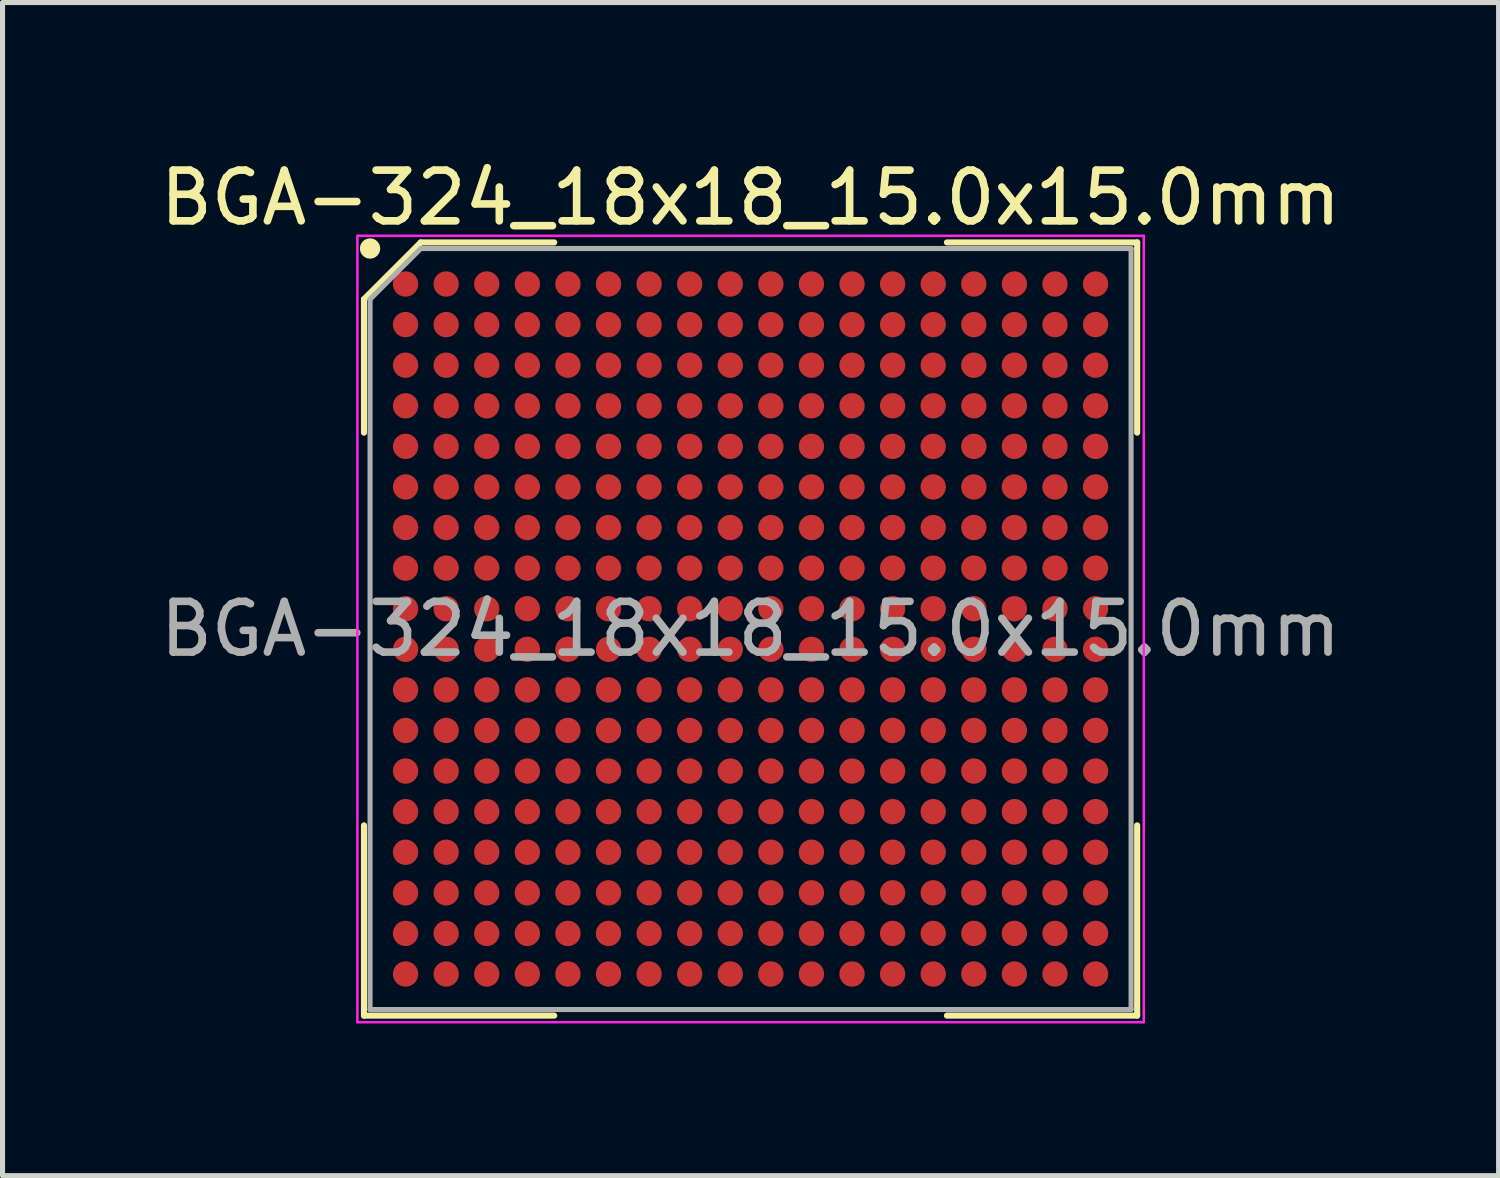
<source format=kicad_pcb>
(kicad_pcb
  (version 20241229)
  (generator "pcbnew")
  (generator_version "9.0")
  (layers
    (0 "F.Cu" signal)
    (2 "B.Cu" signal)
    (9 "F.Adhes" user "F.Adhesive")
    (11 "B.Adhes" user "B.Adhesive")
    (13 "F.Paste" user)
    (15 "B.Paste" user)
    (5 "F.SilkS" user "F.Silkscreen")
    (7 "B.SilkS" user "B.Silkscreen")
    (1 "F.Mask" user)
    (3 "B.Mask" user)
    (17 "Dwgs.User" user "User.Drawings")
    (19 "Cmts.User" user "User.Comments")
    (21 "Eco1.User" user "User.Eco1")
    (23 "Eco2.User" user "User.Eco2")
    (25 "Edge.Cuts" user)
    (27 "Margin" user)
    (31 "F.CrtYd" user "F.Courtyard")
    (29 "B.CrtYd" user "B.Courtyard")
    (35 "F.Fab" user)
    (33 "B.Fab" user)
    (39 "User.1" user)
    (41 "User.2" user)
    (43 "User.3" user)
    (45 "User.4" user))
  (footprint "BGA-324_18x18_15.0x15.0mm"
    (layer "F.Cu")
    (at 11.744 9.348)
    (property "Reference" "BGA-324_18x18_15.0x15.0mm" (at 0 -8.5 0) (unlocked yes) (layer "F.SilkS") (effects (font (size 1 1) (thickness 0.15))))
    (attr smd)
    (fp_line (start -7.62 -6.5) (end -7.62 -3.87) (stroke (width 0.12) (type default)) (layer "F.SilkS"))
    (fp_line (start -7.62 7.62) (end -7.62 3.87) (stroke (width 0.12) (type default)) (layer "F.SilkS"))
    (fp_line (start -6.5 -7.62) (end -7.62 -6.5) (stroke (width 0.12) (type default)) (layer "F.SilkS"))
    (fp_line (start -3.87 -7.62) (end -6.5 -7.62) (stroke (width 0.12) (type default)) (layer "F.SilkS"))
    (fp_line (start -3.87 7.62) (end -7.62 7.62) (stroke (width 0.12) (type default)) (layer "F.SilkS"))
    (fp_line (start 3.87 -7.62) (end 7.62 -7.62) (stroke (width 0.12) (type default)) (layer "F.SilkS"))
    (fp_line (start 3.87 7.62) (end 7.62 7.62) (stroke (width 0.12) (type default)) (layer "F.SilkS"))
    (fp_line (start 7.62 -7.62) (end 7.62 -3.87) (stroke (width 0.12) (type default)) (layer "F.SilkS"))
    (fp_line (start 7.62 7.62) (end 7.62 3.87) (stroke (width 0.12) (type default)) (layer "F.SilkS"))
    (fp_circle (center -7.5 -7.5) (end -7.5 -7.4) (stroke (width 0.2) (type default)) (fill no) (layer "F.SilkS"))
    (fp_line (start -7.75 -7.75) (end 7.75 -7.75) (stroke (width 0.05) (type default)) (layer "F.CrtYd"))
    (fp_line (start -7.75 7.75) (end -7.75 -7.75) (stroke (width 0.05) (type default)) (layer "F.CrtYd"))
    (fp_line (start 7.75 -7.75) (end 7.75 7.75) (stroke (width 0.05) (type default)) (layer "F.CrtYd"))
    (fp_line (start 7.75 7.75) (end -7.75 7.75) (stroke (width 0.05) (type default)) (layer "F.CrtYd"))
    (fp_line (start -7.5 -6.5) (end -7.5 7.5) (stroke (width 0.1) (type default)) (layer "F.Fab"))
    (fp_line (start -7.5 7.5) (end 7.5 7.5) (stroke (width 0.1) (type default)) (layer "F.Fab"))
    (fp_line (start -6.5 -7.5) (end -7.5 -6.5) (stroke (width 0.1) (type default)) (layer "F.Fab"))
    (fp_line (start 7.5 -7.5) (end -6.5 -7.5) (stroke (width 0.1) (type default)) (layer "F.Fab"))
    (fp_line (start 7.5 7.5) (end 7.5 -7.5) (stroke (width 0.1) (type default)) (layer "F.Fab"))
    (fp_text user "${REFERENCE}" (at 0 0 0) (layer "F.Fab") (effects (font (size 1 1) (thickness 0.15))))
    (pad "A1" smd circle (at -6.8 -6.8) (size 0.5 0.5) (layers "F.Cu" "F.Mask" "F.Paste"))
    (pad "A2" smd circle (at -6 -6.8) (size 0.5 0.5) (layers "F.Cu" "F.Mask" "F.Paste"))
    (pad "A3" smd circle (at -5.2 -6.8) (size 0.5 0.5) (layers "F.Cu" "F.Mask" "F.Paste"))
    (pad "A4" smd circle (at -4.4 -6.8) (size 0.5 0.5) (layers "F.Cu" "F.Mask" "F.Paste"))
    (pad "A5" smd circle (at -3.6 -6.8) (size 0.5 0.5) (layers "F.Cu" "F.Mask" "F.Paste"))
    (pad "A6" smd circle (at -2.8 -6.8) (size 0.5 0.5) (layers "F.Cu" "F.Mask" "F.Paste"))
    (pad "A7" smd circle (at -2 -6.8) (size 0.5 0.5) (layers "F.Cu" "F.Mask" "F.Paste"))
    (pad "A8" smd circle (at -1.2 -6.8) (size 0.5 0.5) (layers "F.Cu" "F.Mask" "F.Paste"))
    (pad "A9" smd circle (at -0.4 -6.8) (size 0.5 0.5) (layers "F.Cu" "F.Mask" "F.Paste"))
    (pad "A10" smd circle (at 0.4 -6.8) (size 0.5 0.5) (layers "F.Cu" "F.Mask" "F.Paste"))
    (pad "A11" smd circle (at 1.2 -6.8) (size 0.5 0.5) (layers "F.Cu" "F.Mask" "F.Paste"))
    (pad "A12" smd circle (at 2 -6.8) (size 0.5 0.5) (layers "F.Cu" "F.Mask" "F.Paste"))
    (pad "A13" smd circle (at 2.8 -6.8) (size 0.5 0.5) (layers "F.Cu" "F.Mask" "F.Paste"))
    (pad "A14" smd circle (at 3.6 -6.8) (size 0.5 0.5) (layers "F.Cu" "F.Mask" "F.Paste"))
    (pad "A15" smd circle (at 4.4 -6.8) (size 0.5 0.5) (layers "F.Cu" "F.Mask" "F.Paste"))
    (pad "A16" smd circle (at 5.2 -6.8) (size 0.5 0.5) (layers "F.Cu" "F.Mask" "F.Paste"))
    (pad "A17" smd circle (at 6 -6.8) (size 0.5 0.5) (layers "F.Cu" "F.Mask" "F.Paste"))
    (pad "A18" smd circle (at 6.8 -6.8) (size 0.5 0.5) (layers "F.Cu" "F.Mask" "F.Paste"))
    (pad "B1" smd circle (at -6.8 -6) (size 0.5 0.5) (layers "F.Cu" "F.Mask" "F.Paste"))
    (pad "B2" smd circle (at -6 -6) (size 0.5 0.5) (layers "F.Cu" "F.Mask" "F.Paste"))
    (pad "B3" smd circle (at -5.2 -6) (size 0.5 0.5) (layers "F.Cu" "F.Mask" "F.Paste"))
    (pad "B4" smd circle (at -4.4 -6) (size 0.5 0.5) (layers "F.Cu" "F.Mask" "F.Paste"))
    (pad "B5" smd circle (at -3.6 -6) (size 0.5 0.5) (layers "F.Cu" "F.Mask" "F.Paste"))
    (pad "B6" smd circle (at -2.8 -6) (size 0.5 0.5) (layers "F.Cu" "F.Mask" "F.Paste"))
    (pad "B7" smd circle (at -2 -6) (size 0.5 0.5) (layers "F.Cu" "F.Mask" "F.Paste"))
    (pad "B8" smd circle (at -1.2 -6) (size 0.5 0.5) (layers "F.Cu" "F.Mask" "F.Paste"))
    (pad "B9" smd circle (at -0.4 -6) (size 0.5 0.5) (layers "F.Cu" "F.Mask" "F.Paste"))
    (pad "B10" smd circle (at 0.4 -6) (size 0.5 0.5) (layers "F.Cu" "F.Mask" "F.Paste"))
    (pad "B11" smd circle (at 1.2 -6) (size 0.5 0.5) (layers "F.Cu" "F.Mask" "F.Paste"))
    (pad "B12" smd circle (at 2 -6) (size 0.5 0.5) (layers "F.Cu" "F.Mask" "F.Paste"))
    (pad "B13" smd circle (at 2.8 -6) (size 0.5 0.5) (layers "F.Cu" "F.Mask" "F.Paste"))
    (pad "B14" smd circle (at 3.6 -6) (size 0.5 0.5) (layers "F.Cu" "F.Mask" "F.Paste"))
    (pad "B15" smd circle (at 4.4 -6) (size 0.5 0.5) (layers "F.Cu" "F.Mask" "F.Paste"))
    (pad "B16" smd circle (at 5.2 -6) (size 0.5 0.5) (layers "F.Cu" "F.Mask" "F.Paste"))
    (pad "B17" smd circle (at 6 -6) (size 0.5 0.5) (layers "F.Cu" "F.Mask" "F.Paste"))
    (pad "B18" smd circle (at 6.8 -6) (size 0.5 0.5) (layers "F.Cu" "F.Mask" "F.Paste"))
    (pad "C1" smd circle (at -6.8 -5.2) (size 0.5 0.5) (layers "F.Cu" "F.Mask" "F.Paste"))
    (pad "C2" smd circle (at -6 -5.2) (size 0.5 0.5) (layers "F.Cu" "F.Mask" "F.Paste"))
    (pad "C3" smd circle (at -5.2 -5.2) (size 0.5 0.5) (layers "F.Cu" "F.Mask" "F.Paste"))
    (pad "C4" smd circle (at -4.4 -5.2) (size 0.5 0.5) (layers "F.Cu" "F.Mask" "F.Paste"))
    (pad "C5" smd circle (at -3.6 -5.2) (size 0.5 0.5) (layers "F.Cu" "F.Mask" "F.Paste"))
    (pad "C6" smd circle (at -2.8 -5.2) (size 0.5 0.5) (layers "F.Cu" "F.Mask" "F.Paste"))
    (pad "C7" smd circle (at -2 -5.2) (size 0.5 0.5) (layers "F.Cu" "F.Mask" "F.Paste"))
    (pad "C8" smd circle (at -1.2 -5.2) (size 0.5 0.5) (layers "F.Cu" "F.Mask" "F.Paste"))
    (pad "C9" smd circle (at -0.4 -5.2) (size 0.5 0.5) (layers "F.Cu" "F.Mask" "F.Paste"))
    (pad "C10" smd circle (at 0.4 -5.2) (size 0.5 0.5) (layers "F.Cu" "F.Mask" "F.Paste"))
    (pad "C11" smd circle (at 1.2 -5.2) (size 0.5 0.5) (layers "F.Cu" "F.Mask" "F.Paste"))
    (pad "C12" smd circle (at 2 -5.2) (size 0.5 0.5) (layers "F.Cu" "F.Mask" "F.Paste"))
    (pad "C13" smd circle (at 2.8 -5.2) (size 0.5 0.5) (layers "F.Cu" "F.Mask" "F.Paste"))
    (pad "C14" smd circle (at 3.6 -5.2) (size 0.5 0.5) (layers "F.Cu" "F.Mask" "F.Paste"))
    (pad "C15" smd circle (at 4.4 -5.2) (size 0.5 0.5) (layers "F.Cu" "F.Mask" "F.Paste"))
    (pad "C16" smd circle (at 5.2 -5.2) (size 0.5 0.5) (layers "F.Cu" "F.Mask" "F.Paste"))
    (pad "C17" smd circle (at 6 -5.2) (size 0.5 0.5) (layers "F.Cu" "F.Mask" "F.Paste"))
    (pad "C18" smd circle (at 6.8 -5.2) (size 0.5 0.5) (layers "F.Cu" "F.Mask" "F.Paste"))
    (pad "D1" smd circle (at -6.8 -4.4) (size 0.5 0.5) (layers "F.Cu" "F.Mask" "F.Paste"))
    (pad "D2" smd circle (at -6 -4.4) (size 0.5 0.5) (layers "F.Cu" "F.Mask" "F.Paste"))
    (pad "D3" smd circle (at -5.2 -4.4) (size 0.5 0.5) (layers "F.Cu" "F.Mask" "F.Paste"))
    (pad "D4" smd circle (at -4.4 -4.4) (size 0.5 0.5) (layers "F.Cu" "F.Mask" "F.Paste"))
    (pad "D5" smd circle (at -3.6 -4.4) (size 0.5 0.5) (layers "F.Cu" "F.Mask" "F.Paste"))
    (pad "D6" smd circle (at -2.8 -4.4) (size 0.5 0.5) (layers "F.Cu" "F.Mask" "F.Paste"))
    (pad "D7" smd circle (at -2 -4.4) (size 0.5 0.5) (layers "F.Cu" "F.Mask" "F.Paste"))
    (pad "D8" smd circle (at -1.2 -4.4) (size 0.5 0.5) (layers "F.Cu" "F.Mask" "F.Paste"))
    (pad "D9" smd circle (at -0.4 -4.4) (size 0.5 0.5) (layers "F.Cu" "F.Mask" "F.Paste"))
    (pad "D10" smd circle (at 0.4 -4.4) (size 0.5 0.5) (layers "F.Cu" "F.Mask" "F.Paste"))
    (pad "D11" smd circle (at 1.2 -4.4) (size 0.5 0.5) (layers "F.Cu" "F.Mask" "F.Paste"))
    (pad "D12" smd circle (at 2 -4.4) (size 0.5 0.5) (layers "F.Cu" "F.Mask" "F.Paste"))
    (pad "D13" smd circle (at 2.8 -4.4) (size 0.5 0.5) (layers "F.Cu" "F.Mask" "F.Paste"))
    (pad "D14" smd circle (at 3.6 -4.4) (size 0.5 0.5) (layers "F.Cu" "F.Mask" "F.Paste"))
    (pad "D15" smd circle (at 4.4 -4.4) (size 0.5 0.5) (layers "F.Cu" "F.Mask" "F.Paste"))
    (pad "D16" smd circle (at 5.2 -4.4) (size 0.5 0.5) (layers "F.Cu" "F.Mask" "F.Paste"))
    (pad "D17" smd circle (at 6 -4.4) (size 0.5 0.5) (layers "F.Cu" "F.Mask" "F.Paste"))
    (pad "D18" smd circle (at 6.8 -4.4) (size 0.5 0.5) (layers "F.Cu" "F.Mask" "F.Paste"))
    (pad "E1" smd circle (at -6.8 -3.6) (size 0.5 0.5) (layers "F.Cu" "F.Mask" "F.Paste"))
    (pad "E2" smd circle (at -6 -3.6) (size 0.5 0.5) (layers "F.Cu" "F.Mask" "F.Paste"))
    (pad "E3" smd circle (at -5.2 -3.6) (size 0.5 0.5) (layers "F.Cu" "F.Mask" "F.Paste"))
    (pad "E4" smd circle (at -4.4 -3.6) (size 0.5 0.5) (layers "F.Cu" "F.Mask" "F.Paste"))
    (pad "E5" smd circle (at -3.6 -3.6) (size 0.5 0.5) (layers "F.Cu" "F.Mask" "F.Paste"))
    (pad "E6" smd circle (at -2.8 -3.6) (size 0.5 0.5) (layers "F.Cu" "F.Mask" "F.Paste"))
    (pad "E7" smd circle (at -2 -3.6) (size 0.5 0.5) (layers "F.Cu" "F.Mask" "F.Paste"))
    (pad "E8" smd circle (at -1.2 -3.6) (size 0.5 0.5) (layers "F.Cu" "F.Mask" "F.Paste"))
    (pad "E9" smd circle (at -0.4 -3.6) (size 0.5 0.5) (layers "F.Cu" "F.Mask" "F.Paste"))
    (pad "E10" smd circle (at 0.4 -3.6) (size 0.5 0.5) (layers "F.Cu" "F.Mask" "F.Paste"))
    (pad "E11" smd circle (at 1.2 -3.6) (size 0.5 0.5) (layers "F.Cu" "F.Mask" "F.Paste"))
    (pad "E12" smd circle (at 2 -3.6) (size 0.5 0.5) (layers "F.Cu" "F.Mask" "F.Paste"))
    (pad "E13" smd circle (at 2.8 -3.6) (size 0.5 0.5) (layers "F.Cu" "F.Mask" "F.Paste"))
    (pad "E14" smd circle (at 3.6 -3.6) (size 0.5 0.5) (layers "F.Cu" "F.Mask" "F.Paste"))
    (pad "E15" smd circle (at 4.4 -3.6) (size 0.5 0.5) (layers "F.Cu" "F.Mask" "F.Paste"))
    (pad "E16" smd circle (at 5.2 -3.6) (size 0.5 0.5) (layers "F.Cu" "F.Mask" "F.Paste"))
    (pad "E17" smd circle (at 6 -3.6) (size 0.5 0.5) (layers "F.Cu" "F.Mask" "F.Paste"))
    (pad "E18" smd circle (at 6.8 -3.6) (size 0.5 0.5) (layers "F.Cu" "F.Mask" "F.Paste"))
    (pad "F1" smd circle (at -6.8 -2.8) (size 0.5 0.5) (layers "F.Cu" "F.Mask" "F.Paste"))
    (pad "F2" smd circle (at -6 -2.8) (size 0.5 0.5) (layers "F.Cu" "F.Mask" "F.Paste"))
    (pad "F3" smd circle (at -5.2 -2.8) (size 0.5 0.5) (layers "F.Cu" "F.Mask" "F.Paste"))
    (pad "F4" smd circle (at -4.4 -2.8) (size 0.5 0.5) (layers "F.Cu" "F.Mask" "F.Paste"))
    (pad "F5" smd circle (at -3.6 -2.8) (size 0.5 0.5) (layers "F.Cu" "F.Mask" "F.Paste"))
    (pad "F6" smd circle (at -2.8 -2.8) (size 0.5 0.5) (layers "F.Cu" "F.Mask" "F.Paste"))
    (pad "F7" smd circle (at -2 -2.8) (size 0.5 0.5) (layers "F.Cu" "F.Mask" "F.Paste"))
    (pad "F8" smd circle (at -1.2 -2.8) (size 0.5 0.5) (layers "F.Cu" "F.Mask" "F.Paste"))
    (pad "F9" smd circle (at -0.4 -2.8) (size 0.5 0.5) (layers "F.Cu" "F.Mask" "F.Paste"))
    (pad "F10" smd circle (at 0.4 -2.8) (size 0.5 0.5) (layers "F.Cu" "F.Mask" "F.Paste"))
    (pad "F11" smd circle (at 1.2 -2.8) (size 0.5 0.5) (layers "F.Cu" "F.Mask" "F.Paste"))
    (pad "F12" smd circle (at 2 -2.8) (size 0.5 0.5) (layers "F.Cu" "F.Mask" "F.Paste"))
    (pad "F13" smd circle (at 2.8 -2.8) (size 0.5 0.5) (layers "F.Cu" "F.Mask" "F.Paste"))
    (pad "F14" smd circle (at 3.6 -2.8) (size 0.5 0.5) (layers "F.Cu" "F.Mask" "F.Paste"))
    (pad "F15" smd circle (at 4.4 -2.8) (size 0.5 0.5) (layers "F.Cu" "F.Mask" "F.Paste"))
    (pad "F16" smd circle (at 5.2 -2.8) (size 0.5 0.5) (layers "F.Cu" "F.Mask" "F.Paste"))
    (pad "F17" smd circle (at 6 -2.8) (size 0.5 0.5) (layers "F.Cu" "F.Mask" "F.Paste"))
    (pad "F18" smd circle (at 6.8 -2.8) (size 0.5 0.5) (layers "F.Cu" "F.Mask" "F.Paste"))
    (pad "G1" smd circle (at -6.8 -2) (size 0.5 0.5) (layers "F.Cu" "F.Mask" "F.Paste"))
    (pad "G2" smd circle (at -6 -2) (size 0.5 0.5) (layers "F.Cu" "F.Mask" "F.Paste"))
    (pad "G3" smd circle (at -5.2 -2) (size 0.5 0.5) (layers "F.Cu" "F.Mask" "F.Paste"))
    (pad "G4" smd circle (at -4.4 -2) (size 0.5 0.5) (layers "F.Cu" "F.Mask" "F.Paste"))
    (pad "G5" smd circle (at -3.6 -2) (size 0.5 0.5) (layers "F.Cu" "F.Mask" "F.Paste"))
    (pad "G6" smd circle (at -2.8 -2) (size 0.5 0.5) (layers "F.Cu" "F.Mask" "F.Paste"))
    (pad "G7" smd circle (at -2 -2) (size 0.5 0.5) (layers "F.Cu" "F.Mask" "F.Paste"))
    (pad "G8" smd circle (at -1.2 -2) (size 0.5 0.5) (layers "F.Cu" "F.Mask" "F.Paste"))
    (pad "G9" smd circle (at -0.4 -2) (size 0.5 0.5) (layers "F.Cu" "F.Mask" "F.Paste"))
    (pad "G10" smd circle (at 0.4 -2) (size 0.5 0.5) (layers "F.Cu" "F.Mask" "F.Paste"))
    (pad "G11" smd circle (at 1.2 -2) (size 0.5 0.5) (layers "F.Cu" "F.Mask" "F.Paste"))
    (pad "G12" smd circle (at 2 -2) (size 0.5 0.5) (layers "F.Cu" "F.Mask" "F.Paste"))
    (pad "G13" smd circle (at 2.8 -2) (size 0.5 0.5) (layers "F.Cu" "F.Mask" "F.Paste"))
    (pad "G14" smd circle (at 3.6 -2) (size 0.5 0.5) (layers "F.Cu" "F.Mask" "F.Paste"))
    (pad "G15" smd circle (at 4.4 -2) (size 0.5 0.5) (layers "F.Cu" "F.Mask" "F.Paste"))
    (pad "G16" smd circle (at 5.2 -2) (size 0.5 0.5) (layers "F.Cu" "F.Mask" "F.Paste"))
    (pad "G17" smd circle (at 6 -2) (size 0.5 0.5) (layers "F.Cu" "F.Mask" "F.Paste"))
    (pad "G18" smd circle (at 6.8 -2) (size 0.5 0.5) (layers "F.Cu" "F.Mask" "F.Paste"))
    (pad "H1" smd circle (at -6.8 -1.2) (size 0.5 0.5) (layers "F.Cu" "F.Mask" "F.Paste"))
    (pad "H2" smd circle (at -6 -1.2) (size 0.5 0.5) (layers "F.Cu" "F.Mask" "F.Paste"))
    (pad "H3" smd circle (at -5.2 -1.2) (size 0.5 0.5) (layers "F.Cu" "F.Mask" "F.Paste"))
    (pad "H4" smd circle (at -4.4 -1.2) (size 0.5 0.5) (layers "F.Cu" "F.Mask" "F.Paste"))
    (pad "H5" smd circle (at -3.6 -1.2) (size 0.5 0.5) (layers "F.Cu" "F.Mask" "F.Paste"))
    (pad "H6" smd circle (at -2.8 -1.2) (size 0.5 0.5) (layers "F.Cu" "F.Mask" "F.Paste"))
    (pad "H7" smd circle (at -2 -1.2) (size 0.5 0.5) (layers "F.Cu" "F.Mask" "F.Paste"))
    (pad "H8" smd circle (at -1.2 -1.2) (size 0.5 0.5) (layers "F.Cu" "F.Mask" "F.Paste"))
    (pad "H9" smd circle (at -0.4 -1.2) (size 0.5 0.5) (layers "F.Cu" "F.Mask" "F.Paste"))
    (pad "H10" smd circle (at 0.4 -1.2) (size 0.5 0.5) (layers "F.Cu" "F.Mask" "F.Paste"))
    (pad "H11" smd circle (at 1.2 -1.2) (size 0.5 0.5) (layers "F.Cu" "F.Mask" "F.Paste"))
    (pad "H12" smd circle (at 2 -1.2) (size 0.5 0.5) (layers "F.Cu" "F.Mask" "F.Paste"))
    (pad "H13" smd circle (at 2.8 -1.2) (size 0.5 0.5) (layers "F.Cu" "F.Mask" "F.Paste"))
    (pad "H14" smd circle (at 3.6 -1.2) (size 0.5 0.5) (layers "F.Cu" "F.Mask" "F.Paste"))
    (pad "H15" smd circle (at 4.4 -1.2) (size 0.5 0.5) (layers "F.Cu" "F.Mask" "F.Paste"))
    (pad "H16" smd circle (at 5.2 -1.2) (size 0.5 0.5) (layers "F.Cu" "F.Mask" "F.Paste"))
    (pad "H17" smd circle (at 6 -1.2) (size 0.5 0.5) (layers "F.Cu" "F.Mask" "F.Paste"))
    (pad "H18" smd circle (at 6.8 -1.2) (size 0.5 0.5) (layers "F.Cu" "F.Mask" "F.Paste"))
    (pad "J1" smd circle (at -6.8 -0.4) (size 0.5 0.5) (layers "F.Cu" "F.Mask" "F.Paste"))
    (pad "J2" smd circle (at -6 -0.4) (size 0.5 0.5) (layers "F.Cu" "F.Mask" "F.Paste"))
    (pad "J3" smd circle (at -5.2 -0.4) (size 0.5 0.5) (layers "F.Cu" "F.Mask" "F.Paste"))
    (pad "J4" smd circle (at -4.4 -0.4) (size 0.5 0.5) (layers "F.Cu" "F.Mask" "F.Paste"))
    (pad "J5" smd circle (at -3.6 -0.4) (size 0.5 0.5) (layers "F.Cu" "F.Mask" "F.Paste"))
    (pad "J6" smd circle (at -2.8 -0.4) (size 0.5 0.5) (layers "F.Cu" "F.Mask" "F.Paste"))
    (pad "J7" smd circle (at -2 -0.4) (size 0.5 0.5) (layers "F.Cu" "F.Mask" "F.Paste"))
    (pad "J8" smd circle (at -1.2 -0.4) (size 0.5 0.5) (layers "F.Cu" "F.Mask" "F.Paste"))
    (pad "J9" smd circle (at -0.4 -0.4) (size 0.5 0.5) (layers "F.Cu" "F.Mask" "F.Paste"))
    (pad "J10" smd circle (at 0.4 -0.4) (size 0.5 0.5) (layers "F.Cu" "F.Mask" "F.Paste"))
    (pad "J11" smd circle (at 1.2 -0.4) (size 0.5 0.5) (layers "F.Cu" "F.Mask" "F.Paste"))
    (pad "J12" smd circle (at 2 -0.4) (size 0.5 0.5) (layers "F.Cu" "F.Mask" "F.Paste"))
    (pad "J13" smd circle (at 2.8 -0.4) (size 0.5 0.5) (layers "F.Cu" "F.Mask" "F.Paste"))
    (pad "J14" smd circle (at 3.6 -0.4) (size 0.5 0.5) (layers "F.Cu" "F.Mask" "F.Paste"))
    (pad "J15" smd circle (at 4.4 -0.4) (size 0.5 0.5) (layers "F.Cu" "F.Mask" "F.Paste"))
    (pad "J16" smd circle (at 5.2 -0.4) (size 0.5 0.5) (layers "F.Cu" "F.Mask" "F.Paste"))
    (pad "J17" smd circle (at 6 -0.4) (size 0.5 0.5) (layers "F.Cu" "F.Mask" "F.Paste"))
    (pad "J18" smd circle (at 6.8 -0.4) (size 0.5 0.5) (layers "F.Cu" "F.Mask" "F.Paste"))
    (pad "K1" smd circle (at -6.8 0.4) (size 0.5 0.5) (layers "F.Cu" "F.Mask" "F.Paste"))
    (pad "K2" smd circle (at -6 0.4) (size 0.5 0.5) (layers "F.Cu" "F.Mask" "F.Paste"))
    (pad "K3" smd circle (at -5.2 0.4) (size 0.5 0.5) (layers "F.Cu" "F.Mask" "F.Paste"))
    (pad "K4" smd circle (at -4.4 0.4) (size 0.5 0.5) (layers "F.Cu" "F.Mask" "F.Paste"))
    (pad "K5" smd circle (at -3.6 0.4) (size 0.5 0.5) (layers "F.Cu" "F.Mask" "F.Paste"))
    (pad "K6" smd circle (at -2.8 0.4) (size 0.5 0.5) (layers "F.Cu" "F.Mask" "F.Paste"))
    (pad "K7" smd circle (at -2 0.4) (size 0.5 0.5) (layers "F.Cu" "F.Mask" "F.Paste"))
    (pad "K8" smd circle (at -1.2 0.4) (size 0.5 0.5) (layers "F.Cu" "F.Mask" "F.Paste"))
    (pad "K9" smd circle (at -0.4 0.4) (size 0.5 0.5) (layers "F.Cu" "F.Mask" "F.Paste"))
    (pad "K10" smd circle (at 0.4 0.4) (size 0.5 0.5) (layers "F.Cu" "F.Mask" "F.Paste"))
    (pad "K11" smd circle (at 1.2 0.4) (size 0.5 0.5) (layers "F.Cu" "F.Mask" "F.Paste"))
    (pad "K12" smd circle (at 2 0.4) (size 0.5 0.5) (layers "F.Cu" "F.Mask" "F.Paste"))
    (pad "K13" smd circle (at 2.8 0.4) (size 0.5 0.5) (layers "F.Cu" "F.Mask" "F.Paste"))
    (pad "K14" smd circle (at 3.6 0.4) (size 0.5 0.5) (layers "F.Cu" "F.Mask" "F.Paste"))
    (pad "K15" smd circle (at 4.4 0.4) (size 0.5 0.5) (layers "F.Cu" "F.Mask" "F.Paste"))
    (pad "K16" smd circle (at 5.2 0.4) (size 0.5 0.5) (layers "F.Cu" "F.Mask" "F.Paste"))
    (pad "K17" smd circle (at 6 0.4) (size 0.5 0.5) (layers "F.Cu" "F.Mask" "F.Paste"))
    (pad "K18" smd circle (at 6.8 0.4) (size 0.5 0.5) (layers "F.Cu" "F.Mask" "F.Paste"))
    (pad "L1" smd circle (at -6.8 1.2) (size 0.5 0.5) (layers "F.Cu" "F.Mask" "F.Paste"))
    (pad "L2" smd circle (at -6 1.2) (size 0.5 0.5) (layers "F.Cu" "F.Mask" "F.Paste"))
    (pad "L3" smd circle (at -5.2 1.2) (size 0.5 0.5) (layers "F.Cu" "F.Mask" "F.Paste"))
    (pad "L4" smd circle (at -4.4 1.2) (size 0.5 0.5) (layers "F.Cu" "F.Mask" "F.Paste"))
    (pad "L5" smd circle (at -3.6 1.2) (size 0.5 0.5) (layers "F.Cu" "F.Mask" "F.Paste"))
    (pad "L6" smd circle (at -2.8 1.2) (size 0.5 0.5) (layers "F.Cu" "F.Mask" "F.Paste"))
    (pad "L7" smd circle (at -2 1.2) (size 0.5 0.5) (layers "F.Cu" "F.Mask" "F.Paste"))
    (pad "L8" smd circle (at -1.2 1.2) (size 0.5 0.5) (layers "F.Cu" "F.Mask" "F.Paste"))
    (pad "L9" smd circle (at -0.4 1.2) (size 0.5 0.5) (layers "F.Cu" "F.Mask" "F.Paste"))
    (pad "L10" smd circle (at 0.4 1.2) (size 0.5 0.5) (layers "F.Cu" "F.Mask" "F.Paste"))
    (pad "L11" smd circle (at 1.2 1.2) (size 0.5 0.5) (layers "F.Cu" "F.Mask" "F.Paste"))
    (pad "L12" smd circle (at 2 1.2) (size 0.5 0.5) (layers "F.Cu" "F.Mask" "F.Paste"))
    (pad "L13" smd circle (at 2.8 1.2) (size 0.5 0.5) (layers "F.Cu" "F.Mask" "F.Paste"))
    (pad "L14" smd circle (at 3.6 1.2) (size 0.5 0.5) (layers "F.Cu" "F.Mask" "F.Paste"))
    (pad "L15" smd circle (at 4.4 1.2) (size 0.5 0.5) (layers "F.Cu" "F.Mask" "F.Paste"))
    (pad "L16" smd circle (at 5.2 1.2) (size 0.5 0.5) (layers "F.Cu" "F.Mask" "F.Paste"))
    (pad "L17" smd circle (at 6 1.2) (size 0.5 0.5) (layers "F.Cu" "F.Mask" "F.Paste"))
    (pad "L18" smd circle (at 6.8 1.2) (size 0.5 0.5) (layers "F.Cu" "F.Mask" "F.Paste"))
    (pad "M1" smd circle (at -6.8 2) (size 0.5 0.5) (layers "F.Cu" "F.Mask" "F.Paste"))
    (pad "M2" smd circle (at -6 2) (size 0.5 0.5) (layers "F.Cu" "F.Mask" "F.Paste"))
    (pad "M3" smd circle (at -5.2 2) (size 0.5 0.5) (layers "F.Cu" "F.Mask" "F.Paste"))
    (pad "M4" smd circle (at -4.4 2) (size 0.5 0.5) (layers "F.Cu" "F.Mask" "F.Paste"))
    (pad "M5" smd circle (at -3.6 2) (size 0.5 0.5) (layers "F.Cu" "F.Mask" "F.Paste"))
    (pad "M6" smd circle (at -2.8 2) (size 0.5 0.5) (layers "F.Cu" "F.Mask" "F.Paste"))
    (pad "M7" smd circle (at -2 2) (size 0.5 0.5) (layers "F.Cu" "F.Mask" "F.Paste"))
    (pad "M8" smd circle (at -1.2 2) (size 0.5 0.5) (layers "F.Cu" "F.Mask" "F.Paste"))
    (pad "M9" smd circle (at -0.4 2) (size 0.5 0.5) (layers "F.Cu" "F.Mask" "F.Paste"))
    (pad "M10" smd circle (at 0.4 2) (size 0.5 0.5) (layers "F.Cu" "F.Mask" "F.Paste"))
    (pad "M11" smd circle (at 1.2 2) (size 0.5 0.5) (layers "F.Cu" "F.Mask" "F.Paste"))
    (pad "M12" smd circle (at 2 2) (size 0.5 0.5) (layers "F.Cu" "F.Mask" "F.Paste"))
    (pad "M13" smd circle (at 2.8 2) (size 0.5 0.5) (layers "F.Cu" "F.Mask" "F.Paste"))
    (pad "M14" smd circle (at 3.6 2) (size 0.5 0.5) (layers "F.Cu" "F.Mask" "F.Paste"))
    (pad "M15" smd circle (at 4.4 2) (size 0.5 0.5) (layers "F.Cu" "F.Mask" "F.Paste"))
    (pad "M16" smd circle (at 5.2 2) (size 0.5 0.5) (layers "F.Cu" "F.Mask" "F.Paste"))
    (pad "M17" smd circle (at 6 2) (size 0.5 0.5) (layers "F.Cu" "F.Mask" "F.Paste"))
    (pad "M18" smd circle (at 6.8 2) (size 0.5 0.5) (layers "F.Cu" "F.Mask" "F.Paste"))
    (pad "N1" smd circle (at -6.8 2.8) (size 0.5 0.5) (layers "F.Cu" "F.Mask" "F.Paste"))
    (pad "N2" smd circle (at -6 2.8) (size 0.5 0.5) (layers "F.Cu" "F.Mask" "F.Paste"))
    (pad "N3" smd circle (at -5.2 2.8) (size 0.5 0.5) (layers "F.Cu" "F.Mask" "F.Paste"))
    (pad "N4" smd circle (at -4.4 2.8) (size 0.5 0.5) (layers "F.Cu" "F.Mask" "F.Paste"))
    (pad "N5" smd circle (at -3.6 2.8) (size 0.5 0.5) (layers "F.Cu" "F.Mask" "F.Paste"))
    (pad "N6" smd circle (at -2.8 2.8) (size 0.5 0.5) (layers "F.Cu" "F.Mask" "F.Paste"))
    (pad "N7" smd circle (at -2 2.8) (size 0.5 0.5) (layers "F.Cu" "F.Mask" "F.Paste"))
    (pad "N8" smd circle (at -1.2 2.8) (size 0.5 0.5) (layers "F.Cu" "F.Mask" "F.Paste"))
    (pad "N9" smd circle (at -0.4 2.8) (size 0.5 0.5) (layers "F.Cu" "F.Mask" "F.Paste"))
    (pad "N10" smd circle (at 0.4 2.8) (size 0.5 0.5) (layers "F.Cu" "F.Mask" "F.Paste"))
    (pad "N11" smd circle (at 1.2 2.8) (size 0.5 0.5) (layers "F.Cu" "F.Mask" "F.Paste"))
    (pad "N12" smd circle (at 2 2.8) (size 0.5 0.5) (layers "F.Cu" "F.Mask" "F.Paste"))
    (pad "N13" smd circle (at 2.8 2.8) (size 0.5 0.5) (layers "F.Cu" "F.Mask" "F.Paste"))
    (pad "N14" smd circle (at 3.6 2.8) (size 0.5 0.5) (layers "F.Cu" "F.Mask" "F.Paste"))
    (pad "N15" smd circle (at 4.4 2.8) (size 0.5 0.5) (layers "F.Cu" "F.Mask" "F.Paste"))
    (pad "N16" smd circle (at 5.2 2.8) (size 0.5 0.5) (layers "F.Cu" "F.Mask" "F.Paste"))
    (pad "N17" smd circle (at 6 2.8) (size 0.5 0.5) (layers "F.Cu" "F.Mask" "F.Paste"))
    (pad "N18" smd circle (at 6.8 2.8) (size 0.5 0.5) (layers "F.Cu" "F.Mask" "F.Paste"))
    (pad "P1" smd circle (at -6.8 3.6) (size 0.5 0.5) (layers "F.Cu" "F.Mask" "F.Paste"))
    (pad "P2" smd circle (at -6 3.6) (size 0.5 0.5) (layers "F.Cu" "F.Mask" "F.Paste"))
    (pad "P3" smd circle (at -5.2 3.6) (size 0.5 0.5) (layers "F.Cu" "F.Mask" "F.Paste"))
    (pad "P4" smd circle (at -4.4 3.6) (size 0.5 0.5) (layers "F.Cu" "F.Mask" "F.Paste"))
    (pad "P5" smd circle (at -3.6 3.6) (size 0.5 0.5) (layers "F.Cu" "F.Mask" "F.Paste"))
    (pad "P6" smd circle (at -2.8 3.6) (size 0.5 0.5) (layers "F.Cu" "F.Mask" "F.Paste"))
    (pad "P7" smd circle (at -2 3.6) (size 0.5 0.5) (layers "F.Cu" "F.Mask" "F.Paste"))
    (pad "P8" smd circle (at -1.2 3.6) (size 0.5 0.5) (layers "F.Cu" "F.Mask" "F.Paste"))
    (pad "P9" smd circle (at -0.4 3.6) (size 0.5 0.5) (layers "F.Cu" "F.Mask" "F.Paste"))
    (pad "P10" smd circle (at 0.4 3.6) (size 0.5 0.5) (layers "F.Cu" "F.Mask" "F.Paste"))
    (pad "P11" smd circle (at 1.2 3.6) (size 0.5 0.5) (layers "F.Cu" "F.Mask" "F.Paste"))
    (pad "P12" smd circle (at 2 3.6) (size 0.5 0.5) (layers "F.Cu" "F.Mask" "F.Paste"))
    (pad "P13" smd circle (at 2.8 3.6) (size 0.5 0.5) (layers "F.Cu" "F.Mask" "F.Paste"))
    (pad "P14" smd circle (at 3.6 3.6) (size 0.5 0.5) (layers "F.Cu" "F.Mask" "F.Paste"))
    (pad "P15" smd circle (at 4.4 3.6) (size 0.5 0.5) (layers "F.Cu" "F.Mask" "F.Paste"))
    (pad "P16" smd circle (at 5.2 3.6) (size 0.5 0.5) (layers "F.Cu" "F.Mask" "F.Paste"))
    (pad "P17" smd circle (at 6 3.6) (size 0.5 0.5) (layers "F.Cu" "F.Mask" "F.Paste"))
    (pad "P18" smd circle (at 6.8 3.6) (size 0.5 0.5) (layers "F.Cu" "F.Mask" "F.Paste"))
    (pad "R1" smd circle (at -6.8 4.4) (size 0.5 0.5) (layers "F.Cu" "F.Mask" "F.Paste"))
    (pad "R2" smd circle (at -6 4.4) (size 0.5 0.5) (layers "F.Cu" "F.Mask" "F.Paste"))
    (pad "R3" smd circle (at -5.2 4.4) (size 0.5 0.5) (layers "F.Cu" "F.Mask" "F.Paste"))
    (pad "R4" smd circle (at -4.4 4.4) (size 0.5 0.5) (layers "F.Cu" "F.Mask" "F.Paste"))
    (pad "R5" smd circle (at -3.6 4.4) (size 0.5 0.5) (layers "F.Cu" "F.Mask" "F.Paste"))
    (pad "R6" smd circle (at -2.8 4.4) (size 0.5 0.5) (layers "F.Cu" "F.Mask" "F.Paste"))
    (pad "R7" smd circle (at -2 4.4) (size 0.5 0.5) (layers "F.Cu" "F.Mask" "F.Paste"))
    (pad "R8" smd circle (at -1.2 4.4) (size 0.5 0.5) (layers "F.Cu" "F.Mask" "F.Paste"))
    (pad "R9" smd circle (at -0.4 4.4) (size 0.5 0.5) (layers "F.Cu" "F.Mask" "F.Paste"))
    (pad "R10" smd circle (at 0.4 4.4) (size 0.5 0.5) (layers "F.Cu" "F.Mask" "F.Paste"))
    (pad "R11" smd circle (at 1.2 4.4) (size 0.5 0.5) (layers "F.Cu" "F.Mask" "F.Paste"))
    (pad "R12" smd circle (at 2 4.4) (size 0.5 0.5) (layers "F.Cu" "F.Mask" "F.Paste"))
    (pad "R13" smd circle (at 2.8 4.4) (size 0.5 0.5) (layers "F.Cu" "F.Mask" "F.Paste"))
    (pad "R14" smd circle (at 3.6 4.4) (size 0.5 0.5) (layers "F.Cu" "F.Mask" "F.Paste"))
    (pad "R15" smd circle (at 4.4 4.4) (size 0.5 0.5) (layers "F.Cu" "F.Mask" "F.Paste"))
    (pad "R16" smd circle (at 5.2 4.4) (size 0.5 0.5) (layers "F.Cu" "F.Mask" "F.Paste"))
    (pad "R17" smd circle (at 6 4.4) (size 0.5 0.5) (layers "F.Cu" "F.Mask" "F.Paste"))
    (pad "R18" smd circle (at 6.8 4.4) (size 0.5 0.5) (layers "F.Cu" "F.Mask" "F.Paste"))
    (pad "T1" smd circle (at -6.8 5.2) (size 0.5 0.5) (layers "F.Cu" "F.Mask" "F.Paste"))
    (pad "T2" smd circle (at -6 5.2) (size 0.5 0.5) (layers "F.Cu" "F.Mask" "F.Paste"))
    (pad "T3" smd circle (at -5.2 5.2) (size 0.5 0.5) (layers "F.Cu" "F.Mask" "F.Paste"))
    (pad "T4" smd circle (at -4.4 5.2) (size 0.5 0.5) (layers "F.Cu" "F.Mask" "F.Paste"))
    (pad "T5" smd circle (at -3.6 5.2) (size 0.5 0.5) (layers "F.Cu" "F.Mask" "F.Paste"))
    (pad "T6" smd circle (at -2.8 5.2) (size 0.5 0.5) (layers "F.Cu" "F.Mask" "F.Paste"))
    (pad "T7" smd circle (at -2 5.2) (size 0.5 0.5) (layers "F.Cu" "F.Mask" "F.Paste"))
    (pad "T8" smd circle (at -1.2 5.2) (size 0.5 0.5) (layers "F.Cu" "F.Mask" "F.Paste"))
    (pad "T9" smd circle (at -0.4 5.2) (size 0.5 0.5) (layers "F.Cu" "F.Mask" "F.Paste"))
    (pad "T10" smd circle (at 0.4 5.2) (size 0.5 0.5) (layers "F.Cu" "F.Mask" "F.Paste"))
    (pad "T11" smd circle (at 1.2 5.2) (size 0.5 0.5) (layers "F.Cu" "F.Mask" "F.Paste"))
    (pad "T12" smd circle (at 2 5.2) (size 0.5 0.5) (layers "F.Cu" "F.Mask" "F.Paste"))
    (pad "T13" smd circle (at 2.8 5.2) (size 0.5 0.5) (layers "F.Cu" "F.Mask" "F.Paste"))
    (pad "T14" smd circle (at 3.6 5.2) (size 0.5 0.5) (layers "F.Cu" "F.Mask" "F.Paste"))
    (pad "T15" smd circle (at 4.4 5.2) (size 0.5 0.5) (layers "F.Cu" "F.Mask" "F.Paste"))
    (pad "T16" smd circle (at 5.2 5.2) (size 0.5 0.5) (layers "F.Cu" "F.Mask" "F.Paste"))
    (pad "T17" smd circle (at 6 5.2) (size 0.5 0.5) (layers "F.Cu" "F.Mask" "F.Paste"))
    (pad "T18" smd circle (at 6.8 5.2) (size 0.5 0.5) (layers "F.Cu" "F.Mask" "F.Paste"))
    (pad "U1" smd circle (at -6.8 6) (size 0.5 0.5) (layers "F.Cu" "F.Mask" "F.Paste"))
    (pad "U2" smd circle (at -6 6) (size 0.5 0.5) (layers "F.Cu" "F.Mask" "F.Paste"))
    (pad "U3" smd circle (at -5.2 6) (size 0.5 0.5) (layers "F.Cu" "F.Mask" "F.Paste"))
    (pad "U4" smd circle (at -4.4 6) (size 0.5 0.5) (layers "F.Cu" "F.Mask" "F.Paste"))
    (pad "U5" smd circle (at -3.6 6) (size 0.5 0.5) (layers "F.Cu" "F.Mask" "F.Paste"))
    (pad "U6" smd circle (at -2.8 6) (size 0.5 0.5) (layers "F.Cu" "F.Mask" "F.Paste"))
    (pad "U7" smd circle (at -2 6) (size 0.5 0.5) (layers "F.Cu" "F.Mask" "F.Paste"))
    (pad "U8" smd circle (at -1.2 6) (size 0.5 0.5) (layers "F.Cu" "F.Mask" "F.Paste"))
    (pad "U9" smd circle (at -0.4 6) (size 0.5 0.5) (layers "F.Cu" "F.Mask" "F.Paste"))
    (pad "U10" smd circle (at 0.4 6) (size 0.5 0.5) (layers "F.Cu" "F.Mask" "F.Paste"))
    (pad "U11" smd circle (at 1.2 6) (size 0.5 0.5) (layers "F.Cu" "F.Mask" "F.Paste"))
    (pad "U12" smd circle (at 2 6) (size 0.5 0.5) (layers "F.Cu" "F.Mask" "F.Paste"))
    (pad "U13" smd circle (at 2.8 6) (size 0.5 0.5) (layers "F.Cu" "F.Mask" "F.Paste"))
    (pad "U14" smd circle (at 3.6 6) (size 0.5 0.5) (layers "F.Cu" "F.Mask" "F.Paste"))
    (pad "U15" smd circle (at 4.4 6) (size 0.5 0.5) (layers "F.Cu" "F.Mask" "F.Paste"))
    (pad "U16" smd circle (at 5.2 6) (size 0.5 0.5) (layers "F.Cu" "F.Mask" "F.Paste"))
    (pad "U17" smd circle (at 6 6) (size 0.5 0.5) (layers "F.Cu" "F.Mask" "F.Paste"))
    (pad "U18" smd circle (at 6.8 6) (size 0.5 0.5) (layers "F.Cu" "F.Mask" "F.Paste"))
    (pad "V1" smd circle (at -6.8 6.8) (size 0.5 0.5) (layers "F.Cu" "F.Mask" "F.Paste"))
    (pad "V2" smd circle (at -6 6.8) (size 0.5 0.5) (layers "F.Cu" "F.Mask" "F.Paste"))
    (pad "V3" smd circle (at -5.2 6.8) (size 0.5 0.5) (layers "F.Cu" "F.Mask" "F.Paste"))
    (pad "V4" smd circle (at -4.4 6.8) (size 0.5 0.5) (layers "F.Cu" "F.Mask" "F.Paste"))
    (pad "V5" smd circle (at -3.6 6.8) (size 0.5 0.5) (layers "F.Cu" "F.Mask" "F.Paste"))
    (pad "V6" smd circle (at -2.8 6.8) (size 0.5 0.5) (layers "F.Cu" "F.Mask" "F.Paste"))
    (pad "V7" smd circle (at -2 6.8) (size 0.5 0.5) (layers "F.Cu" "F.Mask" "F.Paste"))
    (pad "V8" smd circle (at -1.2 6.8) (size 0.5 0.5) (layers "F.Cu" "F.Mask" "F.Paste"))
    (pad "V9" smd circle (at -0.4 6.8) (size 0.5 0.5) (layers "F.Cu" "F.Mask" "F.Paste"))
    (pad "V10" smd circle (at 0.4 6.8) (size 0.5 0.5) (layers "F.Cu" "F.Mask" "F.Paste"))
    (pad "V11" smd circle (at 1.2 6.8) (size 0.5 0.5) (layers "F.Cu" "F.Mask" "F.Paste"))
    (pad "V12" smd circle (at 2 6.8) (size 0.5 0.5) (layers "F.Cu" "F.Mask" "F.Paste"))
    (pad "V13" smd circle (at 2.8 6.8) (size 0.5 0.5) (layers "F.Cu" "F.Mask" "F.Paste"))
    (pad "V14" smd circle (at 3.6 6.8) (size 0.5 0.5) (layers "F.Cu" "F.Mask" "F.Paste"))
    (pad "V15" smd circle (at 4.4 6.8) (size 0.5 0.5) (layers "F.Cu" "F.Mask" "F.Paste"))
    (pad "V16" smd circle (at 5.2 6.8) (size 0.5 0.5) (layers "F.Cu" "F.Mask" "F.Paste"))
    (pad "V17" smd circle (at 6 6.8) (size 0.5 0.5) (layers "F.Cu" "F.Mask" "F.Paste"))
    (pad "V18" smd circle (at 6.8 6.8) (size 0.5 0.5) (layers "F.Cu" "F.Mask" "F.Paste")))
  (gr_rect
    (start -3 -3)
    (end 26.488 20.123)
    (stroke (width 0.1) (type default))
    (fill no)
    (layer "Edge.Cuts")))
</source>
